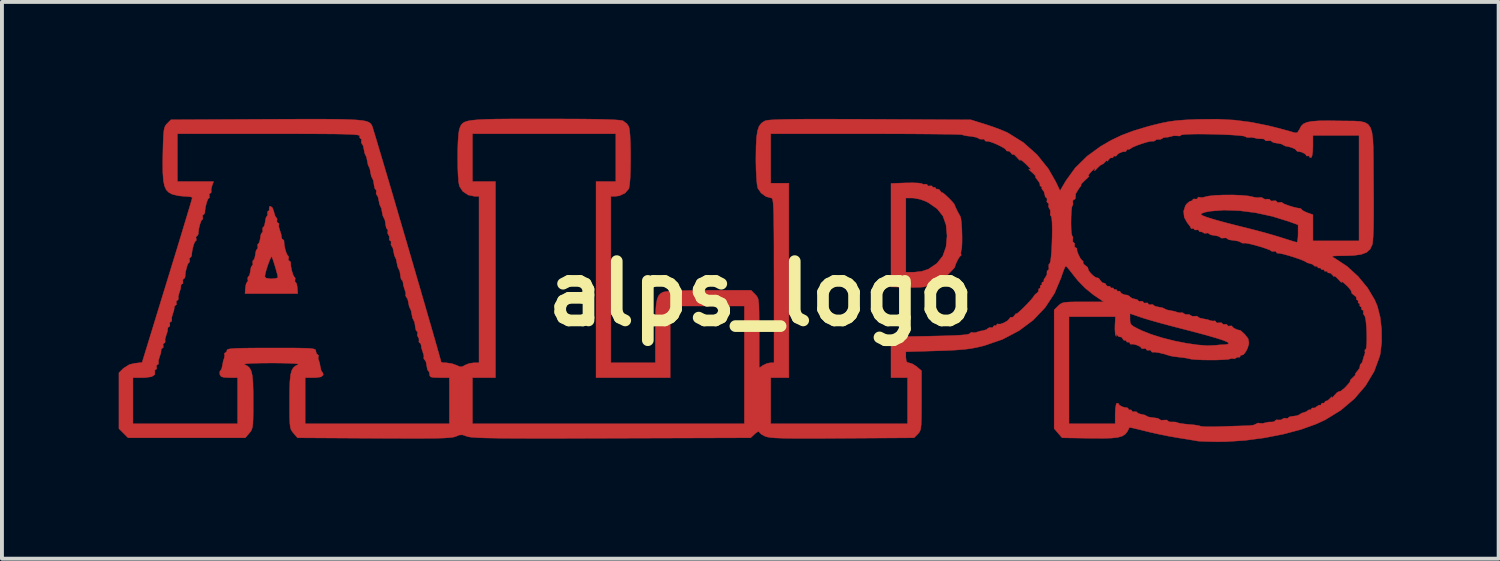
<source format=kicad_pcb>
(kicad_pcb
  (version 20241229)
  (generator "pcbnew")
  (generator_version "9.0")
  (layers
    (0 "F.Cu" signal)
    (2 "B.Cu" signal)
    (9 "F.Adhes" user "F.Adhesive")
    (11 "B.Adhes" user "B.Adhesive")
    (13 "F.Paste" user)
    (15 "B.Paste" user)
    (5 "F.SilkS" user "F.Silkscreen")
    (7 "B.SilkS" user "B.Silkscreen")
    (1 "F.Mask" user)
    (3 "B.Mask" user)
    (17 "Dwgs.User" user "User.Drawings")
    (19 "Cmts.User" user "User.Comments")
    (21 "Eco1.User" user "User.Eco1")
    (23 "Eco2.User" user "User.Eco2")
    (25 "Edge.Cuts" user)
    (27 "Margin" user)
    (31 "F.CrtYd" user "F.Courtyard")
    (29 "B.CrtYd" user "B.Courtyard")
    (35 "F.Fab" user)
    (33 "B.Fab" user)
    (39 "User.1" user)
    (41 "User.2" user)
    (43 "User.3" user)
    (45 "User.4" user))
  (footprint "alps_logo"
    (layer "F.Cu")
    (at 16.494 4.492)
    (property "Reference" "alps_logo" (at 0 0 0) (layer "F.SilkS") (effects (font (size 1.524 1.524) (thickness 0.3))))
    (attr through_hole)
    (fp_poly (pts (xy 4.039 -2.841) (xy 4.121 -2.83) (xy 4.136 -2.823) (xy 4.188 -2.804) (xy 4.216 -2.811) (xy 4.268 -2.807) (xy 4.276 -2.788) (xy 4.307 -2.761) (xy 4.339 -2.767) (xy 4.394 -2.767) (xy 4.403 -2.748) (xy 4.429 -2.724) (xy 4.445 -2.731) (xy 4.484 -2.726) (xy 4.487 -2.709) (xy 4.513 -2.681) (xy 4.527 -2.687) (xy 4.577 -2.676) (xy 4.61 -2.636) (xy 4.645 -2.591) (xy 4.655 -2.596) (xy 4.681 -2.586) (xy 4.745 -2.532) (xy 4.826 -2.456) (xy 4.904 -2.376) (xy 4.96 -2.311) (xy 4.975 -2.286) (xy 4.999 -2.225) (xy 5.043 -2.131) (xy 5.09 -2.041) (xy 5.121 -1.991) (xy 5.121 -1.99) (xy 5.139 -1.933) (xy 5.154 -1.814) (xy 5.164 -1.657) (xy 5.169 -1.486) (xy 5.169 -1.322) (xy 5.163 -1.19) (xy 5.15 -1.113) (xy 5.147 -1.107) (xy 5.136 -1.034) (xy 5.144 -1.016) (xy 5.146 -0.977) (xy 5.134 -0.974) (xy 5.1 -0.939) (xy 5.053 -0.858) (xy 5.008 -0.762) (xy 4.982 -0.682) (xy 4.982 -0.677) (xy 4.952 -0.64) (xy 4.882 -0.567) (xy 4.794 -0.479) (xy 4.709 -0.398) (xy 4.648 -0.346) (xy 4.635 -0.338) (xy 4.507 -0.292) (xy 4.407 -0.243) (xy 4.361 -0.204) (xy 4.36 -0.2) (xy 4.333 -0.184) (xy 4.313 -0.193) (xy 4.253 -0.197) (xy 4.239 -0.185) (xy 4.188 -0.171) (xy 4.071 -0.162) (xy 3.909 -0.158) (xy 3.778 -0.16) (xy 3.344 -0.172) (xy 3.344 -2.455) (xy 3.725 -2.455) (xy 3.725 -0.55) (xy 3.939 -0.55) (xy 4.131 -0.572) (xy 4.301 -0.627) (xy 4.309 -0.631) (xy 4.525 -0.778) (xy 4.674 -0.966) (xy 4.758 -1.204) (xy 4.784 -1.481) (xy 4.758 -1.765) (xy 4.677 -1.993) (xy 4.531 -2.177) (xy 4.313 -2.33) (xy 4.246 -2.366) (xy 4.094 -2.422) (xy 3.936 -2.453) (xy 3.896 -2.455) (xy 3.725 -2.455) (xy 3.344 -2.455) (xy 3.344 -2.83) (xy 3.73 -2.844) (xy 3.901 -2.846) (xy 4.039 -2.841)) (stroke (width 0.01) (type solid)) (fill yes) (layer "F.Cu"))
    (fp_poly (pts (xy -12.545 -2.205) (xy -12.509 -2.106) (xy -12.507 -2.095) (xy -12.479 -1.998) (xy -12.448 -1.949) (xy -12.443 -1.947) (xy -12.423 -1.916) (xy -12.431 -1.884) (xy -12.428 -1.83) (xy -12.406 -1.82) (xy -12.375 -1.796) (xy -12.38 -1.782) (xy -12.383 -1.718) (xy -12.355 -1.623) (xy -12.322 -1.52) (xy -12.314 -1.45) (xy -12.298 -1.401) (xy -12.283 -1.397) (xy -12.249 -1.364) (xy -12.248 -1.344) (xy -12.242 -1.253) (xy -12.219 -1.141) (xy -12.188 -1.04) (xy -12.156 -0.979) (xy -12.146 -0.974) (xy -12.127 -0.942) (xy -12.134 -0.91) (xy -12.135 -0.856) (xy -12.117 -0.847) (xy -12.08 -0.814) (xy -12.078 -0.794) (xy -12.072 -0.703) (xy -12.05 -0.591) (xy -12.018 -0.49) (xy -11.987 -0.429) (xy -11.977 -0.423) (xy -11.958 -0.392) (xy -11.965 -0.36) (xy -11.968 -0.305) (xy -11.953 -0.296) (xy -11.926 -0.259) (xy -11.908 -0.167) (xy -11.906 -0.148) (xy -11.896 0) (xy -13.25 0) (xy -13.24 -0.148) (xy -13.224 -0.246) (xy -13.198 -0.295) (xy -13.193 -0.296) (xy -13.173 -0.327) (xy -13.18 -0.357) (xy -13.179 -0.418) (xy -13.162 -0.431) (xy -13.161 -0.434) (xy -12.742 -0.434) (xy -12.703 -0.396) (xy -12.591 -0.381) (xy -12.573 -0.381) (xy -12.467 -0.389) (xy -12.408 -0.408) (xy -12.404 -0.416) (xy -12.416 -0.477) (xy -12.446 -0.59) (xy -12.485 -0.723) (xy -12.524 -0.847) (xy -12.555 -0.932) (xy -12.562 -0.948) (xy -12.584 -0.93) (xy -12.619 -0.853) (xy -12.661 -0.742) (xy -12.701 -0.619) (xy -12.73 -0.508) (xy -12.742 -0.434) (xy -13.161 -0.434) (xy -13.132 -0.479) (xy -13.112 -0.575) (xy -13.112 -0.582) (xy -13.095 -0.676) (xy -13.069 -0.719) (xy -13.066 -0.72) (xy -13.046 -0.751) (xy -13.053 -0.78) (xy -13.052 -0.841) (xy -13.035 -0.855) (xy -13.005 -0.902) (xy -12.985 -0.998) (xy -12.985 -1.006) (xy -12.968 -1.099) (xy -12.942 -1.143) (xy -12.939 -1.143) (xy -12.919 -1.174) (xy -12.926 -1.204) (xy -12.925 -1.264) (xy -12.908 -1.278) (xy -12.878 -1.325) (xy -12.858 -1.421) (xy -12.858 -1.429) (xy -12.841 -1.523) (xy -12.815 -1.566) (xy -12.812 -1.566) (xy -12.792 -1.597) (xy -12.799 -1.627) (xy -12.798 -1.688) (xy -12.781 -1.701) (xy -12.751 -1.749) (xy -12.731 -1.845) (xy -12.731 -1.852) (xy -12.714 -1.946) (xy -12.688 -1.989) (xy -12.685 -1.99) (xy -12.666 -2.021) (xy -12.673 -2.053) (xy -12.672 -2.108) (xy -12.652 -2.117) (xy -12.625 -2.148) (xy -12.631 -2.18) (xy -12.624 -2.235) (xy -12.595 -2.244) (xy -12.545 -2.205)) (stroke (width 0.01) (type solid)) (fill yes) (layer "F.Cu"))
    (fp_poly (pts (xy -5.025 -4.486) (xy -4.583 -4.484) (xy -4.221 -4.479) (xy -3.938 -4.472) (xy -3.732 -4.463) (xy -3.599 -4.452) (xy -3.541 -4.44) (xy -3.443 -4.365) (xy -3.391 -4.29) (xy -3.373 -4.206) (xy -3.359 -4.055) (xy -3.35 -3.857) (xy -3.345 -3.63) (xy -3.345 -3.392) (xy -3.349 -3.162) (xy -3.357 -2.958) (xy -3.371 -2.799) (xy -3.388 -2.703) (xy -3.391 -2.695) (xy -3.486 -2.582) (xy -3.633 -2.513) (xy -3.748 -2.498) (xy -3.852 -2.498) (xy -3.852 1.778) (xy -2.709 1.778) (xy -2.709 0.997) (xy -2.708 0.685) (xy -2.701 0.447) (xy -2.687 0.271) (xy -2.664 0.146) (xy -2.63 0.061) (xy -2.582 0.004) (xy -2.519 -0.035) (xy -2.512 -0.038) (xy -2.43 -0.054) (xy -2.266 -0.068) (xy -2.024 -0.077) (xy -1.706 -0.083) (xy -1.33 -0.085) (xy -0.25 -0.085) (xy -0.146 0.019) (xy -0.112 0.056) (xy -0.086 0.094) (xy -0.067 0.146) (xy -0.055 0.225) (xy -0.048 0.341) (xy -0.044 0.507) (xy -0.043 0.734) (xy -0.042 1.016) (xy -0.042 1.91) (xy 0.052 1.844) (xy 0.16 1.793) (xy 0.242 1.778) (xy 0.339 1.778) (xy 0.339 -0.339) (xy 0.338 -0.82) (xy 0.338 -1.223) (xy 0.336 -1.555) (xy 0.333 -1.823) (xy 0.33 -2.033) (xy 0.324 -2.192) (xy 0.318 -2.306) (xy 0.309 -2.383) (xy 0.298 -2.429) (xy 0.285 -2.451) (xy 0.273 -2.455) (xy 0.136 -2.491) (xy 0.008 -2.583) (xy -0.076 -2.704) (xy -0.08 -2.714) (xy -0.097 -2.806) (xy -0.111 -2.964) (xy -0.122 -3.169) (xy -0.127 -3.403) (xy -0.127 -3.479) (xy -0.123 -3.781) (xy -0.111 -4.011) (xy -0.096 -4.106) (xy 0.254 -4.106) (xy 0.254 -2.836) (xy 0.72 -2.836) (xy 0.72 2.159) (xy 0.254 2.159) (xy 0.254 3.344) (xy 3.768 3.344) (xy 3.768 2.159) (xy 3.344 2.159) (xy 3.344 1.111) (xy 4.347 1.093) (xy 4.693 1.085) (xy 4.96 1.076) (xy 5.155 1.065) (xy 5.284 1.052) (xy 5.352 1.036) (xy 5.367 1.024) (xy 5.407 0.993) (xy 5.424 0.998) (xy 5.494 1.005) (xy 5.537 0.993) (xy 5.637 0.963) (xy 5.714 0.949) (xy 5.8 0.923) (xy 5.834 0.893) (xy 5.878 0.869) (xy 5.908 0.875) (xy 5.961 0.87) (xy 5.969 0.849) (xy 5.995 0.819) (xy 6.011 0.826) (xy 6.05 0.821) (xy 6.054 0.804) (xy 6.079 0.776) (xy 6.095 0.782) (xy 6.158 0.782) (xy 6.251 0.747) (xy 6.34 0.694) (xy 6.39 0.642) (xy 6.392 0.631) (xy 6.418 0.606) (xy 6.432 0.612) (xy 6.482 0.601) (xy 6.515 0.562) (xy 6.55 0.516) (xy 6.56 0.52) (xy 6.587 0.509) (xy 6.653 0.452) (xy 6.744 0.366) (xy 6.842 0.267) (xy 6.93 0.172) (xy 6.993 0.097) (xy 7.013 0.064) (xy 7.051 0.016) (xy 7.088 -0.009) (xy 7.134 -0.059) (xy 7.132 -0.087) (xy 7.139 -0.124) (xy 7.154 -0.127) (xy 7.182 -0.153) (xy 7.176 -0.169) (xy 7.18 -0.208) (xy 7.197 -0.212) (xy 7.224 -0.237) (xy 7.218 -0.254) (xy 7.224 -0.293) (xy 7.244 -0.296) (xy 7.275 -0.312) (xy 7.269 -0.323) (xy 7.274 -0.369) (xy 7.307 -0.413) (xy 7.35 -0.489) (xy 7.349 -0.535) (xy 7.353 -0.586) (xy 7.372 -0.593) (xy 7.4 -0.626) (xy 7.397 -0.675) (xy 7.398 -0.749) (xy 7.421 -0.773) (xy 7.438 -0.818) (xy 7.454 -0.928) (xy 7.467 -1.084) (xy 7.477 -1.269) (xy 7.483 -1.464) (xy 7.485 -1.652) (xy 7.482 -1.814) (xy 7.473 -1.932) (xy 7.459 -1.988) (xy 7.455 -1.99) (xy 7.432 -2.023) (xy 7.437 -2.07) (xy 7.435 -2.148) (xy 7.414 -2.177) (xy 7.388 -2.234) (xy 7.394 -2.266) (xy 7.392 -2.32) (xy 7.372 -2.328) (xy 7.345 -2.359) (xy 7.351 -2.392) (xy 7.353 -2.446) (xy 7.337 -2.455) (xy 7.305 -2.491) (xy 7.292 -2.55) (xy 7.269 -2.631) (xy 7.241 -2.659) (xy 7.215 -2.699) (xy 7.22 -2.713) (xy 7.212 -2.749) (xy 7.197 -2.752) (xy 7.167 -2.775) (xy 7.172 -2.788) (xy 7.162 -2.841) (xy 7.109 -2.915) (xy 7.059 -2.978) (xy 7.057 -3.006) (xy 7.057 -3.006) (xy 7.051 -3.03) (xy 6.993 -3.089) (xy 6.964 -3.115) (xy 6.897 -3.176) (xy 6.88 -3.2) (xy 6.89 -3.197) (xy 6.937 -3.18) (xy 6.924 -3.209) (xy 6.85 -3.287) (xy 6.788 -3.347) (xy 6.708 -3.417) (xy 6.665 -3.442) (xy 6.664 -3.429) (xy 6.66 -3.417) (xy 6.614 -3.46) (xy 6.586 -3.493) (xy 6.518 -3.562) (xy 6.48 -3.584) (xy 6.476 -3.577) (xy 6.458 -3.572) (xy 6.431 -3.61) (xy 6.379 -3.66) (xy 6.347 -3.66) (xy 6.31 -3.666) (xy 6.308 -3.681) (xy 6.272 -3.721) (xy 6.181 -3.776) (xy 6.062 -3.834) (xy 5.941 -3.884) (xy 5.842 -3.913) (xy 5.795 -3.913) (xy 5.76 -3.922) (xy 5.757 -3.939) (xy 5.727 -3.971) (xy 5.699 -3.966) (xy 5.621 -3.97) (xy 5.599 -3.986) (xy 5.532 -4.015) (xy 5.419 -4.037) (xy 5.38 -4.041) (xy 5.264 -4.055) (xy 5.187 -4.074) (xy 5.177 -4.08) (xy 5.131 -4.085) (xy 5.008 -4.09) (xy 4.815 -4.094) (xy 4.56 -4.097) (xy 4.251 -4.1) (xy 3.896 -4.103) (xy 3.5 -4.105) (xy 3.073 -4.106) (xy 2.702 -4.106) (xy 0.254 -4.106) (xy -0.096 -4.106) (xy -0.086 -4.179) (xy -0.046 -4.297) (xy 0.012 -4.376) (xy 0.091 -4.429) (xy 0.115 -4.44) (xy 0.163 -4.451) (xy 0.251 -4.461) (xy 0.385 -4.468) (xy 0.57 -4.474) (xy 0.811 -4.478) (xy 1.113 -4.481) (xy 1.48 -4.482) (xy 1.919 -4.481) (xy 2.434 -4.48) (xy 2.819 -4.478) (xy 5.397 -4.464) (xy 5.77 -4.348) (xy 5.965 -4.283) (xy 6.156 -4.212) (xy 6.308 -4.148) (xy 6.342 -4.132) (xy 6.742 -3.883) (xy 7.093 -3.571) (xy 7.386 -3.206) (xy 7.574 -2.877) (xy 7.686 -2.642) (xy 7.833 -2.893) (xy 8.073 -3.226) (xy 8.383 -3.531) (xy 8.73 -3.783) (xy 8.998 -3.938) (xy 9.268 -4.067) (xy 9.565 -4.179) (xy 9.912 -4.284) (xy 10.075 -4.328) (xy 10.295 -4.381) (xy 10.492 -4.42) (xy 10.692 -4.446) (xy 10.921 -4.463) (xy 11.207 -4.476) (xy 11.227 -4.476) (xy 11.719 -4.481) (xy 12.161 -4.458) (xy 12.584 -4.404) (xy 13.019 -4.317) (xy 13.187 -4.276) (xy 13.38 -4.226) (xy 13.547 -4.181) (xy 13.668 -4.146) (xy 13.721 -4.13) (xy 13.782 -4.135) (xy 13.835 -4.215) (xy 13.841 -4.227) (xy 13.881 -4.304) (xy 13.94 -4.361) (xy 14.027 -4.4) (xy 14.154 -4.425) (xy 14.333 -4.438) (xy 14.576 -4.441) (xy 14.831 -4.437) (xy 15.061 -4.435) (xy 15.248 -4.433) (xy 15.397 -4.424) (xy 15.512 -4.398) (xy 15.597 -4.35) (xy 15.657 -4.269) (xy 15.697 -4.15) (xy 15.72 -3.983) (xy 15.732 -3.761) (xy 15.736 -3.475) (xy 15.738 -3.119) (xy 15.74 -2.825) (xy 15.743 -2.363) (xy 15.742 -1.984) (xy 15.738 -1.685) (xy 15.729 -1.463) (xy 15.717 -1.316) (xy 15.706 -1.256) (xy 15.652 -1.14) (xy 15.56 -1.058) (xy 15.42 -1.006) (xy 15.219 -0.979) (xy 14.998 -0.972) (xy 14.822 -0.971) (xy 14.719 -0.966) (xy 14.68 -0.956) (xy 14.693 -0.936) (xy 14.748 -0.905) (xy 14.753 -0.902) (xy 15.058 -0.701) (xy 15.34 -0.444) (xy 15.583 -0.151) (xy 15.768 0.159) (xy 15.838 0.324) (xy 15.909 0.603) (xy 15.946 0.923) (xy 15.948 1.247) (xy 15.913 1.542) (xy 15.898 1.609) (xy 15.754 2) (xy 15.534 2.367) (xy 15.247 2.701) (xy 14.899 2.996) (xy 14.499 3.242) (xy 14.268 3.349) (xy 13.875 3.49) (xy 13.424 3.61) (xy 12.937 3.705) (xy 12.44 3.771) (xy 11.957 3.803) (xy 11.735 3.805) (xy 11.542 3.802) (xy 11.377 3.797) (xy 11.261 3.791) (xy 11.218 3.787) (xy 11.152 3.775) (xy 11.022 3.753) (xy 10.85 3.725) (xy 10.71 3.703) (xy 10.466 3.66) (xy 10.197 3.605) (xy 9.949 3.549) (xy 9.869 3.529) (xy 9.699 3.487) (xy 9.564 3.455) (xy 9.483 3.439) (xy 9.466 3.438) (xy 9.42 3.536) (xy 9.364 3.609) (xy 9.285 3.66) (xy 9.172 3.693) (xy 9.014 3.711) (xy 8.796 3.718) (xy 8.509 3.716) (xy 8.452 3.716) (xy 7.739 3.704) (xy 7.637 3.585) (xy 7.535 3.467) (xy 7.535 0.593) (xy 7.916 0.593) (xy 7.916 3.344) (xy 9.102 3.344) (xy 9.102 3.093) (xy 9.108 2.954) (xy 9.125 2.852) (xy 9.144 2.815) (xy 9.183 2.817) (xy 9.186 2.831) (xy 9.221 2.873) (xy 9.3 2.912) (xy 9.382 2.931) (xy 9.409 2.929) (xy 9.439 2.953) (xy 9.44 2.966) (xy 9.466 2.991) (xy 9.483 2.985) (xy 9.522 2.99) (xy 9.525 3.008) (xy 9.555 3.039) (xy 9.586 3.034) (xy 9.646 3.034) (xy 9.66 3.049) (xy 9.707 3.083) (xy 9.779 3.1) (xy 9.869 3.121) (xy 9.91 3.146) (xy 9.965 3.17) (xy 10.069 3.187) (xy 10.09 3.188) (xy 10.19 3.202) (xy 10.242 3.227) (xy 10.244 3.233) (xy 10.28 3.253) (xy 10.351 3.249) (xy 10.429 3.247) (xy 10.456 3.269) (xy 10.492 3.295) (xy 10.552 3.296) (xy 10.648 3.298) (xy 10.694 3.313) (xy 10.759 3.331) (xy 10.88 3.349) (xy 11.004 3.361) (xy 11.146 3.374) (xy 11.252 3.392) (xy 11.294 3.406) (xy 11.345 3.415) (xy 11.463 3.42) (xy 11.631 3.42) (xy 11.833 3.415) (xy 11.852 3.414) (xy 12.071 3.406) (xy 12.274 3.4) (xy 12.438 3.395) (xy 12.538 3.392) (xy 12.647 3.38) (xy 12.714 3.353) (xy 12.719 3.348) (xy 12.775 3.323) (xy 12.807 3.33) (xy 12.897 3.334) (xy 12.943 3.321) (xy 13.047 3.299) (xy 13.113 3.299) (xy 13.187 3.291) (xy 13.208 3.267) (xy 13.241 3.242) (xy 13.288 3.246) (xy 13.366 3.244) (xy 13.395 3.223) (xy 13.452 3.197) (xy 13.485 3.203) (xy 13.538 3.205) (xy 13.547 3.19) (xy 13.584 3.164) (xy 13.673 3.149) (xy 13.678 3.149) (xy 13.779 3.135) (xy 13.837 3.107) (xy 13.898 3.069) (xy 13.949 3.055) (xy 14.025 3.026) (xy 14.048 3.002) (xy 14.088 2.981) (xy 14.101 2.987) (xy 14.137 2.979) (xy 14.139 2.963) (xy 14.164 2.935) (xy 14.178 2.94) (xy 14.236 2.934) (xy 14.279 2.902) (xy 14.339 2.863) (xy 14.367 2.867) (xy 14.391 2.86) (xy 14.393 2.841) (xy 14.418 2.809) (xy 14.436 2.815) (xy 14.475 2.812) (xy 14.478 2.796) (xy 14.505 2.761) (xy 14.517 2.762) (xy 14.571 2.741) (xy 14.626 2.688) (xy 14.668 2.647) (xy 14.668 2.667) (xy 14.672 2.681) (xy 14.715 2.636) (xy 14.733 2.614) (xy 14.801 2.542) (xy 14.851 2.515) (xy 14.856 2.517) (xy 14.901 2.501) (xy 14.981 2.438) (xy 15.03 2.39) (xy 15.105 2.306) (xy 15.141 2.253) (xy 15.138 2.244) (xy 15.142 2.221) (xy 15.197 2.166) (xy 15.204 2.16) (xy 15.263 2.103) (xy 15.274 2.076) (xy 15.272 2.076) (xy 15.274 2.05) (xy 15.325 1.989) (xy 15.326 1.988) (xy 15.381 1.915) (xy 15.389 1.865) (xy 15.397 1.819) (xy 15.408 1.813) (xy 15.448 1.765) (xy 15.462 1.714) (xy 15.489 1.617) (xy 15.508 1.577) (xy 15.523 1.504) (xy 15.515 1.482) (xy 15.518 1.443) (xy 15.533 1.439) (xy 15.552 1.401) (xy 15.563 1.299) (xy 15.567 1.156) (xy 15.564 0.993) (xy 15.555 0.83) (xy 15.541 0.69) (xy 15.522 0.593) (xy 15.504 0.561) (xy 15.474 0.515) (xy 15.48 0.484) (xy 15.475 0.431) (xy 15.454 0.423) (xy 15.424 0.398) (xy 15.431 0.381) (xy 15.426 0.342) (xy 15.409 0.339) (xy 15.382 0.313) (xy 15.388 0.296) (xy 15.383 0.257) (xy 15.367 0.254) (xy 15.339 0.228) (xy 15.346 0.212) (xy 15.341 0.173) (xy 15.325 0.169) (xy 15.296 0.144) (xy 15.302 0.129) (xy 15.29 0.081) (xy 15.24 0.042) (xy 15.181 -0.006) (xy 15.174 -0.038) (xy 15.158 -0.083) (xy 15.094 -0.163) (xy 15.041 -0.216) (xy 14.962 -0.285) (xy 14.92 -0.31) (xy 14.919 -0.296) (xy 14.915 -0.284) (xy 14.869 -0.328) (xy 14.841 -0.36) (xy 14.773 -0.429) (xy 14.735 -0.451) (xy 14.731 -0.445) (xy 14.713 -0.44) (xy 14.686 -0.477) (xy 14.634 -0.527) (xy 14.602 -0.528) (xy 14.565 -0.535) (xy 14.563 -0.55) (xy 14.537 -0.578) (xy 14.52 -0.572) (xy 14.481 -0.576) (xy 14.478 -0.593) (xy 14.452 -0.62) (xy 14.436 -0.614) (xy 14.397 -0.619) (xy 14.393 -0.635) (xy 14.368 -0.663) (xy 14.351 -0.656) (xy 14.312 -0.661) (xy 14.309 -0.677) (xy 14.284 -0.706) (xy 14.27 -0.701) (xy 14.223 -0.705) (xy 14.217 -0.716) (xy 14.169 -0.754) (xy 14.118 -0.769) (xy 14.039 -0.792) (xy 14.012 -0.808) (xy 13.958 -0.839) (xy 13.849 -0.882) (xy 13.707 -0.931) (xy 13.557 -0.978) (xy 13.421 -1.015) (xy 13.324 -1.036) (xy 13.29 -1.035) (xy 13.253 -1.043) (xy 13.25 -1.06) (xy 13.22 -1.091) (xy 13.19 -1.086) (xy 13.129 -1.083) (xy 13.115 -1.095) (xy 13.07 -1.122) (xy 12.968 -1.161) (xy 12.831 -1.205) (xy 12.683 -1.247) (xy 12.549 -1.28) (xy 12.451 -1.298) (xy 12.415 -1.296) (xy 12.367 -1.297) (xy 12.336 -1.316) (xy 12.259 -1.348) (xy 12.144 -1.367) (xy 12.132 -1.368) (xy 12.032 -1.382) (xy 11.982 -1.407) (xy 11.981 -1.413) (xy 11.947 -1.433) (xy 11.898 -1.428) (xy 11.825 -1.426) (xy 11.802 -1.445) (xy 11.755 -1.474) (xy 11.66 -1.493) (xy 11.652 -1.493) (xy 11.558 -1.51) (xy 11.515 -1.536) (xy 11.515 -1.539) (xy 11.484 -1.559) (xy 11.453 -1.552) (xy 11.384 -1.552) (xy 11.365 -1.569) (xy 11.314 -1.591) (xy 11.3 -1.586) (xy 11.264 -1.594) (xy 11.261 -1.611) (xy 11.23 -1.641) (xy 11.197 -1.636) (xy 11.143 -1.636) (xy 11.134 -1.655) (xy 11.108 -1.679) (xy 11.091 -1.672) (xy 11.052 -1.67) (xy 11.049 -1.681) (xy 11.023 -1.733) (xy 10.96 -1.814) (xy 10.954 -1.821) (xy 10.877 -1.959) (xy 10.869 -2.034) (xy 11.303 -2.034) (xy 11.344 -2.005) (xy 11.462 -1.96) (xy 11.653 -1.901) (xy 11.913 -1.829) (xy 12.235 -1.746) (xy 12.446 -1.694) (xy 12.694 -1.631) (xy 12.956 -1.561) (xy 13.198 -1.491) (xy 13.356 -1.443) (xy 13.525 -1.389) (xy 13.662 -1.347) (xy 13.75 -1.321) (xy 13.769 -1.316) (xy 13.786 -1.352) (xy 13.798 -1.449) (xy 13.801 -1.539) (xy 13.801 -1.767) (xy 13.557 -1.855) (xy 13.141 -1.984) (xy 12.713 -2.077) (xy 12.291 -2.131) (xy 11.894 -2.145) (xy 11.542 -2.117) (xy 11.398 -2.088) (xy 11.324 -2.059) (xy 11.303 -2.034) (xy 10.869 -2.034) (xy 10.861 -2.117) (xy 10.907 -2.261) (xy 10.943 -2.308) (xy 11.013 -2.367) (xy 11.06 -2.381) (xy 11.09 -2.397) (xy 11.091 -2.409) (xy 11.122 -2.435) (xy 11.155 -2.428) (xy 11.209 -2.431) (xy 11.218 -2.453) (xy 11.244 -2.482) (xy 11.263 -2.475) (xy 11.336 -2.466) (xy 11.379 -2.477) (xy 11.496 -2.505) (xy 11.674 -2.524) (xy 11.889 -2.533) (xy 12.118 -2.534) (xy 12.338 -2.525) (xy 12.524 -2.508) (xy 12.654 -2.481) (xy 12.668 -2.476) (xy 12.764 -2.462) (xy 12.804 -2.47) (xy 12.874 -2.468) (xy 12.894 -2.45) (xy 12.952 -2.422) (xy 13.001 -2.427) (xy 13.066 -2.425) (xy 13.081 -2.404) (xy 13.115 -2.378) (xy 13.166 -2.383) (xy 13.233 -2.384) (xy 13.25 -2.362) (xy 13.281 -2.337) (xy 13.312 -2.343) (xy 13.379 -2.346) (xy 13.396 -2.332) (xy 13.446 -2.302) (xy 13.548 -2.264) (xy 13.669 -2.226) (xy 13.781 -2.199) (xy 13.85 -2.191) (xy 13.854 -2.192) (xy 13.885 -2.172) (xy 13.885 -2.168) (xy 13.921 -2.133) (xy 14.009 -2.089) (xy 14.034 -2.08) (xy 14.182 -2.027) (xy 14.182 -1.355) (xy 15.367 -1.355) (xy 15.367 -4.064) (xy 14.182 -4.064) (xy 14.182 -3.791) (xy 14.176 -3.647) (xy 14.16 -3.538) (xy 14.139 -3.493) (xy 14.1 -3.497) (xy 14.097 -3.514) (xy 14.071 -3.541) (xy 14.055 -3.535) (xy 14.016 -3.537) (xy 14.012 -3.551) (xy 13.977 -3.592) (xy 13.899 -3.632) (xy 13.816 -3.651) (xy 13.79 -3.649) (xy 13.759 -3.671) (xy 13.758 -3.678) (xy 13.722 -3.714) (xy 13.636 -3.752) (xy 13.533 -3.78) (xy 13.483 -3.786) (xy 13.42 -3.817) (xy 13.416 -3.822) (xy 13.361 -3.847) (xy 13.261 -3.864) (xy 13.258 -3.864) (xy 13.165 -3.881) (xy 13.124 -3.908) (xy 13.123 -3.91) (xy 13.09 -3.931) (xy 13.039 -3.925) (xy 12.971 -3.924) (xy 12.954 -3.944) (xy 12.919 -3.973) (xy 12.859 -3.976) (xy 12.747 -3.982) (xy 12.689 -3.999) (xy 12.597 -4.015) (xy 12.557 -4.008) (xy 12.478 -4.014) (xy 12.453 -4.032) (xy 12.398 -4.048) (xy 12.278 -4.062) (xy 12.107 -4.075) (xy 11.902 -4.085) (xy 11.677 -4.093) (xy 11.449 -4.097) (xy 11.233 -4.099) (xy 11.044 -4.096) (xy 10.899 -4.09) (xy 10.812 -4.079) (xy 10.795 -4.07) (xy 10.761 -4.047) (xy 10.711 -4.052) (xy 10.604 -4.055) (xy 10.552 -4.041) (xy 10.451 -4.017) (xy 10.407 -4.017) (xy 10.332 -4.003) (xy 10.311 -3.983) (xy 10.254 -3.958) (xy 10.226 -3.963) (xy 10.158 -3.957) (xy 10.14 -3.939) (xy 10.091 -3.911) (xy 10.075 -3.916) (xy 10.018 -3.915) (xy 9.91 -3.889) (xy 9.776 -3.848) (xy 9.644 -3.8) (xy 9.54 -3.754) (xy 9.49 -3.72) (xy 9.49 -3.719) (xy 9.449 -3.701) (xy 9.437 -3.706) (xy 9.4 -3.699) (xy 9.398 -3.685) (xy 9.376 -3.649) (xy 9.366 -3.649) (xy 9.294 -3.643) (xy 9.209 -3.61) (xy 9.151 -3.567) (xy 9.144 -3.551) (xy 9.118 -3.528) (xy 9.102 -3.535) (xy 9.063 -3.53) (xy 9.059 -3.514) (xy 9.034 -3.485) (xy 9.02 -3.491) (xy 8.97 -3.48) (xy 8.936 -3.44) (xy 8.901 -3.398) (xy 8.891 -3.408) (xy 8.872 -3.415) (xy 8.849 -3.387) (xy 8.795 -3.332) (xy 8.769 -3.323) (xy 8.717 -3.294) (xy 8.643 -3.224) (xy 8.638 -3.217) (xy 8.584 -3.161) (xy 8.569 -3.157) (xy 8.572 -3.164) (xy 8.588 -3.213) (xy 8.554 -3.196) (xy 8.473 -3.115) (xy 8.463 -3.105) (xy 8.413 -3.041) (xy 8.413 -3.019) (xy 8.424 -3.023) (xy 8.434 -3.017) (xy 8.389 -2.968) (xy 8.341 -2.924) (xy 8.262 -2.848) (xy 8.224 -2.801) (xy 8.226 -2.794) (xy 8.224 -2.768) (xy 8.175 -2.705) (xy 8.172 -2.701) (xy 8.089 -2.567) (xy 8.081 -2.445) (xy 8.053 -2.415) (xy 8.039 -2.413) (xy 8.01 -2.382) (xy 8.016 -2.351) (xy 8.019 -2.285) (xy 8.006 -2.268) (xy 7.989 -2.219) (xy 7.977 -2.112) (xy 7.97 -1.969) (xy 7.968 -1.812) (xy 7.971 -1.664) (xy 7.98 -1.548) (xy 7.994 -1.486) (xy 8 -1.482) (xy 8.019 -1.448) (xy 8.013 -1.397) (xy 8.014 -1.33) (xy 8.037 -1.312) (xy 8.065 -1.282) (xy 8.059 -1.249) (xy 8.061 -1.194) (xy 8.081 -1.185) (xy 8.119 -1.164) (xy 8.118 -1.154) (xy 8.125 -1.09) (xy 8.161 -0.996) (xy 8.208 -0.905) (xy 8.252 -0.851) (xy 8.263 -0.847) (xy 8.284 -0.821) (xy 8.277 -0.806) (xy 8.29 -0.759) (xy 8.34 -0.72) (xy 8.399 -0.672) (xy 8.406 -0.639) (xy 8.419 -0.593) (xy 8.474 -0.523) (xy 8.547 -0.453) (xy 8.614 -0.408) (xy 8.646 -0.405) (xy 8.682 -0.393) (xy 8.719 -0.341) (xy 8.768 -0.281) (xy 8.803 -0.274) (xy 8.846 -0.261) (xy 8.864 -0.23) (xy 8.906 -0.186) (xy 8.932 -0.19) (xy 8.971 -0.186) (xy 8.975 -0.169) (xy 9 -0.142) (xy 9.017 -0.148) (xy 9.056 -0.143) (xy 9.059 -0.127) (xy 9.085 -0.099) (xy 9.102 -0.106) (xy 9.141 -0.101) (xy 9.144 -0.085) (xy 9.17 -0.057) (xy 9.186 -0.064) (xy 9.225 -0.062) (xy 9.229 -0.048) (xy 9.264 -0.003) (xy 9.344 0.031) (xy 9.414 0.038) (xy 9.468 0.066) (xy 9.482 0.083) (xy 9.544 0.125) (xy 9.603 0.138) (xy 9.675 0.158) (xy 9.694 0.183) (xy 9.725 0.203) (xy 9.758 0.196) (xy 9.812 0.198) (xy 9.821 0.218) (xy 9.852 0.245) (xy 9.885 0.239) (xy 9.939 0.24) (xy 9.948 0.26) (xy 9.979 0.288) (xy 10.009 0.282) (xy 10.07 0.281) (xy 10.083 0.296) (xy 10.13 0.326) (xy 10.223 0.346) (xy 10.321 0.365) (xy 10.374 0.391) (xy 10.429 0.417) (xy 10.524 0.436) (xy 10.632 0.456) (xy 10.702 0.481) (xy 10.773 0.496) (xy 10.792 0.489) (xy 10.846 0.495) (xy 10.86 0.51) (xy 10.918 0.539) (xy 10.946 0.534) (xy 11.014 0.539) (xy 11.031 0.556) (xy 11.089 0.584) (xy 11.136 0.58) (xy 11.206 0.579) (xy 11.227 0.596) (xy 11.273 0.627) (xy 11.368 0.648) (xy 11.368 0.648) (xy 11.478 0.668) (xy 11.548 0.693) (xy 11.621 0.706) (xy 11.642 0.699) (xy 11.681 0.705) (xy 11.684 0.722) (xy 11.717 0.754) (xy 11.769 0.75) (xy 11.836 0.749) (xy 11.853 0.77) (xy 11.884 0.795) (xy 11.917 0.789) (xy 11.971 0.79) (xy 11.98 0.81) (xy 12.011 0.837) (xy 12.044 0.831) (xy 12.098 0.829) (xy 12.107 0.845) (xy 12.141 0.88) (xy 12.214 0.918) (xy 12.285 0.94) (xy 12.307 0.939) (xy 12.34 0.962) (xy 12.41 1.026) (xy 12.434 1.049) (xy 12.517 1.155) (xy 12.538 1.261) (xy 12.535 1.291) (xy 12.507 1.394) (xy 12.457 1.493) (xy 12.401 1.564) (xy 12.354 1.584) (xy 12.346 1.579) (xy 12.321 1.585) (xy 12.319 1.604) (xy 12.296 1.637) (xy 12.28 1.632) (xy 12.225 1.637) (xy 12.213 1.651) (xy 12.162 1.676) (xy 12.147 1.67) (xy 12.079 1.667) (xy 12.057 1.677) (xy 11.994 1.69) (xy 11.868 1.699) (xy 11.7 1.705) (xy 11.514 1.706) (xy 11.329 1.703) (xy 11.169 1.695) (xy 11.055 1.684) (xy 11.023 1.677) (xy 10.926 1.656) (xy 10.791 1.637) (xy 10.749 1.633) (xy 10.619 1.618) (xy 10.519 1.6) (xy 10.499 1.594) (xy 10.363 1.551) (xy 10.227 1.519) (xy 10.119 1.503) (xy 10.069 1.507) (xy 10.036 1.497) (xy 10.033 1.48) (xy 10.002 1.449) (xy 9.97 1.455) (xy 9.915 1.453) (xy 9.906 1.433) (xy 9.875 1.406) (xy 9.842 1.412) (xy 9.788 1.415) (xy 9.779 1.4) (xy 9.744 1.362) (xy 9.662 1.323) (xy 9.572 1.298) (xy 9.511 1.299) (xy 9.507 1.302) (xy 9.485 1.293) (xy 9.483 1.275) (xy 9.458 1.243) (xy 9.44 1.249) (xy 9.401 1.244) (xy 9.398 1.228) (xy 9.374 1.199) (xy 9.36 1.204) (xy 9.316 1.192) (xy 9.296 1.158) (xy 9.261 1.112) (xy 9.242 1.115) (xy 9.199 1.108) (xy 9.156 1.068) (xy 9.119 1.031) (xy 9.126 1.058) (xy 9.137 1.097) (xy 9.122 1.089) (xy 9.104 1.032) (xy 9.096 0.919) (xy 9.097 0.825) (xy 9.105 0.661) (xy 9.483 0.661) (xy 9.487 0.736) (xy 9.509 0.791) (xy 9.566 0.839) (xy 9.672 0.896) (xy 9.798 0.956) (xy 10.036 1.05) (xy 10.318 1.138) (xy 10.624 1.215) (xy 10.932 1.276) (xy 11.222 1.318) (xy 11.474 1.337) (xy 11.658 1.329) (xy 11.798 1.316) (xy 11.901 1.312) (xy 11.988 1.301) (xy 12.023 1.276) (xy 11.987 1.245) (xy 11.88 1.2) (xy 11.698 1.141) (xy 11.439 1.066) (xy 11.102 0.976) (xy 10.761 0.888) (xy 10.504 0.821) (xy 10.251 0.753) (xy 10.024 0.689) (xy 9.844 0.635) (xy 9.777 0.613) (xy 9.483 0.513) (xy 9.483 0.661) (xy 9.105 0.661) (xy 9.108 0.593) (xy 7.916 0.593) (xy 7.535 0.593) (xy 7.535 0.419) (xy 7.639 0.316) (xy 7.687 0.272) (xy 7.738 0.243) (xy 7.811 0.225) (xy 7.92 0.216) (xy 8.084 0.212) (xy 8.277 0.212) (xy 8.811 0.212) (xy 8.543 0.03) (xy 8.34 -0.134) (xy 8.145 -0.333) (xy 8.07 -0.426) (xy 7.97 -0.554) (xy 7.89 -0.653) (xy 7.842 -0.705) (xy 7.836 -0.709) (xy 7.812 -0.677) (xy 7.772 -0.583) (xy 7.724 -0.445) (xy 7.713 -0.41) (xy 7.544 -0.007) (xy 7.303 0.358) (xy 6.997 0.681) (xy 6.63 0.954) (xy 6.209 1.175) (xy 5.741 1.336) (xy 5.725 1.34) (xy 5.555 1.381) (xy 5.391 1.412) (xy 5.215 1.434) (xy 5.007 1.45) (xy 4.747 1.463) (xy 4.519 1.47) (xy 3.725 1.494) (xy 3.725 1.636) (xy 3.736 1.736) (xy 3.776 1.775) (xy 3.808 1.778) (xy 3.894 1.805) (xy 3.996 1.869) (xy 4.009 1.88) (xy 4.128 1.982) (xy 4.128 2.747) (xy 4.127 3.019) (xy 4.125 3.22) (xy 4.119 3.362) (xy 4.109 3.458) (xy 4.092 3.522) (xy 4.068 3.566) (xy 4.035 3.604) (xy 4.031 3.608) (xy 3.935 3.704) (xy 2.097 3.716) (xy 1.642 3.719) (xy 1.264 3.72) (xy 0.955 3.72) (xy 0.708 3.718) (xy 0.514 3.713) (xy 0.367 3.707) (xy 0.258 3.698) (xy 0.18 3.686) (xy 0.125 3.672) (xy 0.109 3.666) (xy 0.012 3.613) (xy -0.04 3.561) (xy -0.042 3.551) (xy -0.068 3.542) (xy -0.132 3.584) (xy -0.152 3.602) (xy -0.261 3.704) (xy -3.834 3.715) (xy -4.48 3.717) (xy -5.046 3.719) (xy -5.538 3.719) (xy -5.961 3.719) (xy -6.32 3.718) (xy -6.622 3.716) (xy -6.87 3.712) (xy -7.071 3.708) (xy -7.229 3.703) (xy -7.351 3.696) (xy -7.44 3.689) (xy -7.503 3.679) (xy -7.545 3.669) (xy -7.555 3.665) (xy -7.665 3.628) (xy -7.749 3.633) (xy -7.827 3.666) (xy -7.867 3.68) (xy -7.929 3.693) (xy -8.019 3.702) (xy -8.145 3.71) (xy -8.314 3.715) (xy -8.534 3.718) (xy -8.81 3.72) (xy -9.152 3.719) (xy -9.565 3.718) (xy -9.927 3.716) (xy -11.903 3.704) (xy -12.005 3.585) (xy -12.043 3.538) (xy -12.07 3.489) (xy -12.088 3.423) (xy -12.099 3.327) (xy -12.105 3.186) (xy -12.107 2.986) (xy -12.107 2.759) (xy -12.105 2.466) (xy -12.097 2.247) (xy -12.08 2.087) (xy -12.051 1.976) (xy -12.008 1.902) (xy -11.947 1.852) (xy -11.881 1.82) (xy -11.887 1.807) (xy -11.972 1.797) (xy -12.13 1.789) (xy -12.355 1.784) (xy -12.573 1.783) (xy -12.846 1.785) (xy -13.057 1.79) (xy -13.2 1.799) (xy -13.268 1.81) (xy -13.265 1.82) (xy -13.187 1.859) (xy -13.129 1.913) (xy -13.089 1.992) (xy -13.062 2.111) (xy -13.047 2.28) (xy -13.04 2.511) (xy -13.039 2.759) (xy -13.039 3.019) (xy -13.042 3.21) (xy -13.048 3.343) (xy -13.06 3.434) (xy -13.08 3.497) (xy -13.108 3.545) (xy -13.141 3.585) (xy -13.243 3.704) (xy -16.254 3.704) (xy -16.371 3.587) (xy -16.489 3.469) (xy -16.489 2.159) (xy -16.129 2.159) (xy -16.129 3.344) (xy -13.441 3.344) (xy -13.441 2.159) (xy -13.658 2.159) (xy -13.791 2.153) (xy -13.863 2.131) (xy -13.894 2.085) (xy -13.897 2.076) (xy -13.899 2.004) (xy -13.882 1.981) (xy -13.851 1.935) (xy -13.83 1.84) (xy -13.83 1.84) (xy -13.81 1.73) (xy -13.785 1.66) (xy -13.772 1.587) (xy -13.78 1.566) (xy -13.776 1.527) (xy -13.761 1.524) (xy -13.721 1.49) (xy -13.716 1.46) (xy -13.707 1.441) (xy -13.672 1.426) (xy -13.605 1.415) (xy -13.494 1.407) (xy -13.332 1.402) (xy -13.109 1.399) (xy -12.817 1.397) (xy -12.573 1.397) (xy -12.233 1.397) (xy -11.968 1.398) (xy -11.768 1.401) (xy -11.626 1.406) (xy -11.53 1.414) (xy -11.472 1.425) (xy -11.442 1.441) (xy -11.431 1.462) (xy -11.43 1.482) (xy -11.411 1.55) (xy -11.385 1.566) (xy -11.36 1.592) (xy -11.367 1.609) (xy -11.371 1.679) (xy -11.361 1.702) (xy -11.334 1.779) (xy -11.316 1.882) (xy -11.294 1.977) (xy -11.262 2.024) (xy -11.262 2.024) (xy -11.24 2.068) (xy -11.246 2.098) (xy -11.3 2.14) (xy -11.426 2.158) (xy -11.487 2.159) (xy -11.705 2.159) (xy -11.705 3.344) (xy -8.001 3.344) (xy -8.001 2.159) (xy -8.255 2.159) (xy -8.397 2.156) (xy -8.474 2.142) (xy -8.504 2.112) (xy -8.509 2.074) (xy -8.522 2.005) (xy -8.541 1.99) (xy -8.565 1.952) (xy -8.581 1.862) (xy -8.582 1.852) (xy -8.601 1.754) (xy -8.633 1.702) (xy -8.635 1.701) (xy -8.662 1.663) (xy -8.657 1.651) (xy -8.656 1.591) (xy -8.685 1.496) (xy -8.718 1.393) (xy -8.726 1.323) (xy -8.744 1.274) (xy -8.76 1.27) (xy -8.786 1.239) (xy -8.78 1.211) (xy -8.784 1.143) (xy -8.801 1.125) (xy -8.826 1.068) (xy -8.82 1.036) (xy -8.818 0.982) (xy -8.833 0.974) (xy -8.86 0.936) (xy -8.878 0.847) (xy -8.878 0.839) (xy -8.894 0.738) (xy -8.92 0.681) (xy -8.921 0.681) (xy -8.948 0.625) (xy -8.967 0.53) (xy -8.986 0.433) (xy -9.01 0.382) (xy -9.034 0.328) (xy -9.052 0.233) (xy -9.073 0.139) (xy -9.105 0.092) (xy -9.127 0.052) (xy -9.123 0.042) (xy -9.122 -0.018) (xy -9.15 -0.113) (xy -9.183 -0.215) (xy -9.191 -0.286) (xy -9.204 -0.335) (xy -9.216 -0.339) (xy -9.242 -0.376) (xy -9.259 -0.466) (xy -9.259 -0.473) (xy -9.275 -0.574) (xy -9.301 -0.631) (xy -9.302 -0.632) (xy -9.329 -0.688) (xy -9.348 -0.783) (xy -9.367 -0.879) (xy -9.391 -0.931) (xy -9.415 -0.984) (xy -9.433 -1.079) (xy -9.453 -1.173) (xy -9.483 -1.22) (xy -9.504 -1.264) (xy -9.497 -1.294) (xy -9.5 -1.347) (xy -9.519 -1.355) (xy -9.547 -1.385) (xy -9.542 -1.414) (xy -9.546 -1.482) (xy -9.563 -1.5) (xy -9.588 -1.557) (xy -9.582 -1.589) (xy -9.58 -1.643) (xy -9.595 -1.651) (xy -9.622 -1.688) (xy -9.64 -1.778) (xy -9.64 -1.785) (xy -9.656 -1.886) (xy -9.682 -1.944) (xy -9.683 -1.944) (xy -9.71 -2) (xy -9.729 -2.095) (xy -9.748 -2.192) (xy -9.772 -2.243) (xy -9.796 -2.297) (xy -9.814 -2.392) (xy -9.834 -2.486) (xy -9.864 -2.532) (xy -9.885 -2.576) (xy -9.878 -2.606) (xy -9.876 -2.659) (xy -9.891 -2.667) (xy -9.918 -2.704) (xy -9.936 -2.794) (xy -9.937 -2.801) (xy -9.953 -2.902) (xy -9.978 -2.96) (xy -9.979 -2.96) (xy -10.007 -3.016) (xy -10.026 -3.111) (xy -10.044 -3.208) (xy -10.068 -3.259) (xy -10.092 -3.313) (xy -10.11 -3.407) (xy -10.129 -3.504) (xy -10.153 -3.555) (xy -10.177 -3.609) (xy -10.195 -3.704) (xy -10.215 -3.798) (xy -10.245 -3.844) (xy -10.266 -3.888) (xy -10.259 -3.919) (xy -10.262 -3.971) (xy -10.281 -3.979) (xy -10.308 -4.01) (xy -10.302 -4.043) (xy -10.305 -4.057) (xy -10.327 -4.068) (xy -10.376 -4.078) (xy -10.458 -4.086) (xy -10.579 -4.092) (xy -10.745 -4.097) (xy -10.963 -4.101) (xy -11.239 -4.103) (xy -11.578 -4.105) (xy -11.988 -4.106) (xy -12.475 -4.106) (xy -12.632 -4.106) (xy -14.986 -4.106) (xy -14.986 -2.879) (xy -14.057 -2.879) (xy -14.098 -2.769) (xy -14.121 -2.676) (xy -14.116 -2.621) (xy -14.124 -2.585) (xy -14.141 -2.582) (xy -14.172 -2.552) (xy -14.166 -2.519) (xy -14.163 -2.464) (xy -14.178 -2.455) (xy -14.207 -2.419) (xy -14.24 -2.329) (xy -14.267 -2.217) (xy -14.28 -2.115) (xy -14.28 -2.085) (xy -14.302 -2.036) (xy -14.318 -2.032) (xy -14.342 -2.001) (xy -14.336 -1.968) (xy -14.333 -1.914) (xy -14.348 -1.905) (xy -14.377 -1.868) (xy -14.409 -1.779) (xy -14.436 -1.667) (xy -14.449 -1.565) (xy -14.449 -1.535) (xy -14.472 -1.486) (xy -14.487 -1.482) (xy -14.512 -1.451) (xy -14.505 -1.418) (xy -14.502 -1.364) (xy -14.517 -1.355) (xy -14.546 -1.318) (xy -14.578 -1.228) (xy -14.605 -1.117) (xy -14.619 -1.014) (xy -14.618 -0.984) (xy -14.641 -0.935) (xy -14.657 -0.931) (xy -14.681 -0.9) (xy -14.674 -0.868) (xy -14.671 -0.813) (xy -14.686 -0.804) (xy -14.715 -0.768) (xy -14.748 -0.678) (xy -14.775 -0.566) (xy -14.788 -0.464) (xy -14.788 -0.434) (xy -14.81 -0.385) (xy -14.826 -0.381) (xy -14.85 -0.35) (xy -14.844 -0.318) (xy -14.844 -0.263) (xy -14.862 -0.254) (xy -14.896 -0.222) (xy -14.896 -0.201) (xy -14.905 -0.126) (xy -14.937 -0.028) (xy -14.965 0.068) (xy -14.963 0.131) (xy -14.971 0.166) (xy -14.988 0.169) (xy -15.018 0.2) (xy -15.013 0.233) (xy -15.013 0.287) (xy -15.032 0.296) (xy -15.066 0.329) (xy -15.066 0.349) (xy -15.075 0.424) (xy -15.107 0.522) (xy -15.134 0.619) (xy -15.132 0.681) (xy -15.14 0.717) (xy -15.157 0.72) (xy -15.188 0.75) (xy -15.182 0.783) (xy -15.182 0.838) (xy -15.201 0.847) (xy -15.235 0.879) (xy -15.235 0.9) (xy -15.244 0.974) (xy -15.276 1.072) (xy -15.304 1.169) (xy -15.301 1.231) (xy -15.31 1.267) (xy -15.327 1.27) (xy -15.357 1.301) (xy -15.352 1.333) (xy -15.352 1.388) (xy -15.37 1.397) (xy -15.404 1.429) (xy -15.404 1.45) (xy -15.413 1.525) (xy -15.445 1.623) (xy -15.473 1.719) (xy -15.471 1.782) (xy -15.479 1.817) (xy -15.496 1.82) (xy -15.526 1.851) (xy -15.521 1.884) (xy -15.522 1.938) (xy -15.542 1.947) (xy -15.57 1.978) (xy -15.565 2.006) (xy -15.569 2.084) (xy -15.652 2.135) (xy -15.815 2.158) (xy -15.883 2.159) (xy -16.129 2.159) (xy -16.489 2.159) (xy -16.489 2.034) (xy -16.377 1.922) (xy -16.22 1.822) (xy -16.08 1.79) (xy -15.894 1.769) (xy -15.249 -0.333) (xy -15.125 -0.738) (xy -15.008 -1.118) (xy -14.902 -1.467) (xy -14.809 -1.775) (xy -14.73 -2.037) (xy -14.668 -2.243) (xy -14.626 -2.386) (xy -14.606 -2.458) (xy -14.604 -2.466) (xy -14.643 -2.485) (xy -14.739 -2.496) (xy -14.797 -2.498) (xy -14.953 -2.512) (xy -15.103 -2.547) (xy -15.133 -2.558) (xy -15.215 -2.604) (xy -15.277 -2.671) (xy -15.32 -2.77) (xy -15.348 -2.913) (xy -15.361 -3.109) (xy -15.364 -3.371) (xy -15.36 -3.609) (xy -15.354 -3.862) (xy -15.347 -4.044) (xy -15.336 -4.17) (xy -15.321 -4.254) (xy -15.298 -4.31) (xy -15.266 -4.353) (xy -15.249 -4.37) (xy -15.153 -4.466) (xy -12.71 -4.478) (xy -12.173 -4.48) (xy -11.714 -4.482) (xy -11.327 -4.482) (xy -11.006 -4.48) (xy -10.743 -4.476) (xy -10.533 -4.469) (xy -10.369 -4.46) (xy -10.244 -4.447) (xy -10.153 -4.431) (xy -10.089 -4.41) (xy -10.044 -4.385) (xy -10.014 -4.355) (xy -9.991 -4.319) (xy -9.987 -4.311) (xy -9.97 -4.262) (xy -9.933 -4.14) (xy -9.876 -3.952) (xy -9.803 -3.707) (xy -9.715 -3.411) (xy -9.615 -3.074) (xy -9.505 -2.702) (xy -9.388 -2.303) (xy -9.266 -1.886) (xy -9.14 -1.458) (xy -9.014 -1.026) (xy -8.89 -0.599) (xy -8.769 -0.184) (xy -8.654 0.211) (xy -8.548 0.578) (xy -8.452 0.909) (xy -8.369 1.197) (xy -8.302 1.433) (xy -8.252 1.611) (xy -8.221 1.722) (xy -8.213 1.758) (xy -8.176 1.772) (xy -8.085 1.778) (xy -8.075 1.778) (xy -7.934 1.799) (xy -7.817 1.841) (xy -7.724 1.88) (xy -7.657 1.872) (xy -7.607 1.841) (xy -7.499 1.796) (xy -7.378 1.778) (xy -7.239 1.778) (xy -7.239 -2.498) (xy -7.347 -2.498) (xy -7.516 -2.533) (xy -7.657 -2.626) (xy -7.742 -2.757) (xy -7.762 -2.859) (xy -7.776 -3.026) (xy -7.785 -3.236) (xy -7.788 -3.469) (xy -7.786 -3.703) (xy -7.778 -3.919) (xy -7.765 -4.096) (xy -7.764 -4.106) (xy -7.408 -4.106) (xy -7.408 -2.879) (xy -6.816 -2.879) (xy -6.816 2.159) (xy -7.408 2.159) (xy -7.408 3.344) (xy -0.423 3.344) (xy -0.423 0.318) (xy -2.328 0.318) (xy -2.328 2.159) (xy -4.233 2.159) (xy -4.233 -2.879) (xy -3.725 -2.879) (xy -3.725 -4.106) (xy -7.408 -4.106) (xy -7.764 -4.106) (xy -7.747 -4.214) (xy -7.742 -4.228) (xy -7.721 -4.287) (xy -7.696 -4.336) (xy -7.659 -4.376) (xy -7.605 -4.409) (xy -7.526 -4.434) (xy -7.414 -4.453) (xy -7.262 -4.467) (xy -7.063 -4.477) (xy -6.809 -4.483) (xy -6.495 -4.486) (xy -6.111 -4.487) (xy -5.652 -4.487) (xy -5.55 -4.487) (xy -5.025 -4.486)) (stroke (width 0.01) (type solid)) (fill yes) (layer "F.Cu"))
    (fp_poly (pts (xy -12.531 -2.349) (xy -12.552 -2.328) (xy -12.573 -2.349) (xy -12.552 -2.371) (xy -12.531 -2.349)) (stroke (width 0.01) (type solid)) (fill no) (layer "Eco1.User")))
  (gr_rect
    (start -3 -3)
    (end 35.447 11.302)
    (stroke (width 0.1) (type default))
    (fill no)
    (layer "Edge.Cuts")))
</source>
